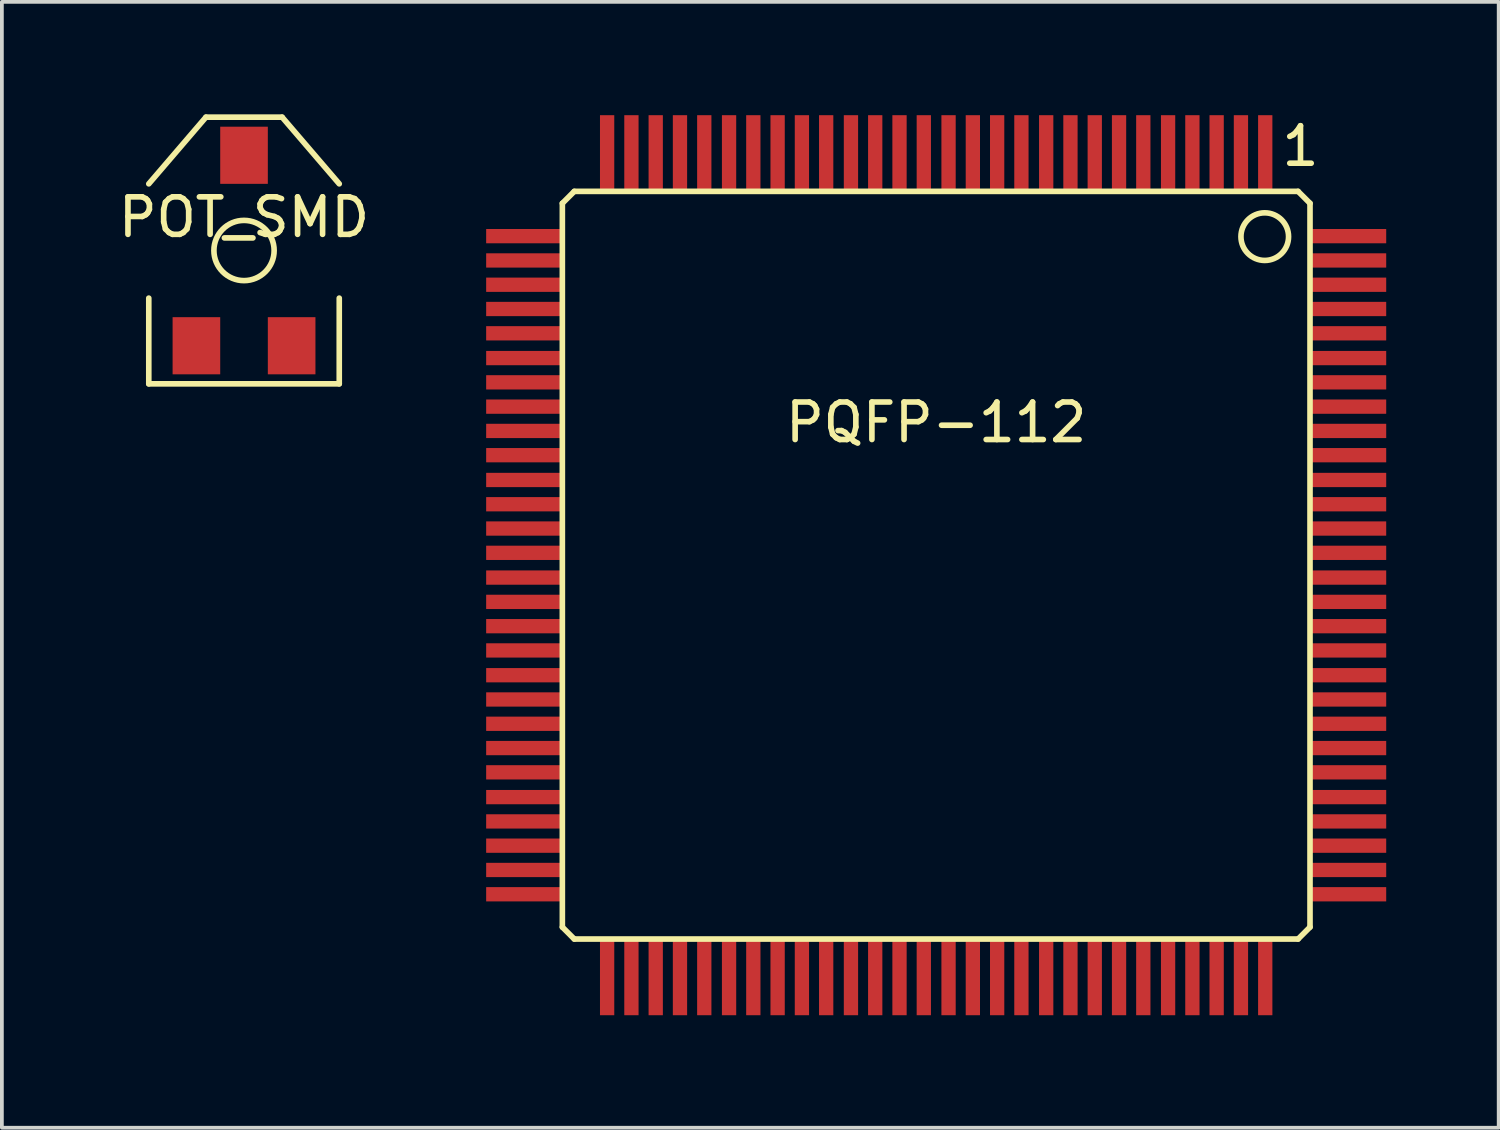
<source format=kicad_pcb>
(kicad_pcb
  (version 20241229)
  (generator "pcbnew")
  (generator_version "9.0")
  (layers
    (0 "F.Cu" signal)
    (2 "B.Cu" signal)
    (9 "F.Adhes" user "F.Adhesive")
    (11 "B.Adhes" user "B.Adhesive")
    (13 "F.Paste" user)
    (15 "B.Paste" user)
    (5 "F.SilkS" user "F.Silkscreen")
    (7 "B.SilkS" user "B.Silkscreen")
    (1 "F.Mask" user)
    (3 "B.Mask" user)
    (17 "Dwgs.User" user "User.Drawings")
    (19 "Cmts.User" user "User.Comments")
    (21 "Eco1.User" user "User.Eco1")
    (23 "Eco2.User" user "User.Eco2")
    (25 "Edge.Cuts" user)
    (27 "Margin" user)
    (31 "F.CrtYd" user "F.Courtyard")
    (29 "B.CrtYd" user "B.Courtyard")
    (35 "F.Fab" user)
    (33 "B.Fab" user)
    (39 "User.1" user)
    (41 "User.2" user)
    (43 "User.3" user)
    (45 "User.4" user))
  (footprint "PQFP-112"
    (layer "F.Cu")
    (at 21.918 12.024)
    (property "Reference" "PQFP-112" (at 0 -3.807 0) (layer "F.SilkS") (effects (font (size 1 1) (thickness 0.15))))
    (attr smd)
    (fp_line (start -9.97 -9.652) (end -9.97 9.652) (stroke (width 0.15) (type solid)) (layer "F.SilkS"))
    (fp_line (start -9.97 -9.652) (end -9.652 -9.97) (stroke (width 0.15) (type solid)) (layer "F.SilkS"))
    (fp_line (start -9.97 9.652) (end -9.652 9.97) (stroke (width 0.15) (type solid)) (layer "F.SilkS"))
    (fp_line (start -9.652 -9.97) (end 9.652 -9.97) (stroke (width 0.15) (type solid)) (layer "F.SilkS"))
    (fp_line (start 9.652 9.97) (end -9.652 9.97) (stroke (width 0.15) (type solid)) (layer "F.SilkS"))
    (fp_line (start 9.97 -9.652) (end 9.652 -9.97) (stroke (width 0.15) (type solid)) (layer "F.SilkS"))
    (fp_line (start 9.97 9.652) (end 9.652 9.97) (stroke (width 0.15) (type solid)) (layer "F.SilkS"))
    (fp_line (start 9.97 9.652) (end 9.97 -9.652) (stroke (width 0.15) (type solid)) (layer "F.SilkS"))
    (fp_circle (center 8.763 -8.763) (end 8.763 -8.128) (stroke (width 0.15) (type solid)) (fill no) (layer "F.SilkS"))
    (fp_text user "1" (at 9.716 -11.176 0) (layer "F.SilkS") (effects (font (size 1 1) (thickness 0.15))))
    (pad "1" smd rect (at 8.776 -10.986 90) (size 2.032 0.381) (layers "F.Cu" "F.Mask" "F.Paste"))
    (pad "2" smd rect (at 8.128 -10.986 90) (size 2.032 0.381) (layers "F.Cu" "F.Mask" "F.Paste"))
    (pad "3" smd rect (at 7.48 -10.986 90) (size 2.032 0.381) (layers "F.Cu" "F.Mask" "F.Paste"))
    (pad "4" smd rect (at 6.833 -10.986 90) (size 2.032 0.381) (layers "F.Cu" "F.Mask" "F.Paste"))
    (pad "5" smd rect (at 6.185 -10.986 90) (size 2.032 0.381) (layers "F.Cu" "F.Mask" "F.Paste"))
    (pad "6" smd rect (at 5.524 -10.986 90) (size 2.032 0.381) (layers "F.Cu" "F.Mask" "F.Paste"))
    (pad "7" smd rect (at 4.877 -10.986 90) (size 2.032 0.381) (layers "F.Cu" "F.Mask" "F.Paste"))
    (pad "8" smd rect (at 4.229 -10.986 90) (size 2.032 0.381) (layers "F.Cu" "F.Mask" "F.Paste"))
    (pad "9" smd rect (at 3.581 -10.986 90) (size 2.032 0.381) (layers "F.Cu" "F.Mask" "F.Paste"))
    (pad "10" smd rect (at 2.934 -10.986 90) (size 2.032 0.381) (layers "F.Cu" "F.Mask" "F.Paste"))
    (pad "11" smd rect (at 2.273 -10.986 90) (size 2.032 0.381) (layers "F.Cu" "F.Mask" "F.Paste"))
    (pad "12" smd rect (at 1.626 -10.986 90) (size 2.032 0.381) (layers "F.Cu" "F.Mask" "F.Paste"))
    (pad "13" smd rect (at 0.978 -10.986 90) (size 2.032 0.381) (layers "F.Cu" "F.Mask" "F.Paste"))
    (pad "14" smd rect (at 0.33 -10.986 90) (size 2.032 0.381) (layers "F.Cu" "F.Mask" "F.Paste"))
    (pad "15" smd rect (at -0.33 -10.986 90) (size 2.032 0.381) (layers "F.Cu" "F.Mask" "F.Paste"))
    (pad "16" smd rect (at -0.978 -10.986 90) (size 2.032 0.381) (layers "F.Cu" "F.Mask" "F.Paste"))
    (pad "17" smd rect (at -1.626 -10.986 90) (size 2.032 0.381) (layers "F.Cu" "F.Mask" "F.Paste"))
    (pad "18" smd rect (at -2.273 -10.986 90) (size 2.032 0.381) (layers "F.Cu" "F.Mask" "F.Paste"))
    (pad "19" smd rect (at -2.934 -10.986 90) (size 2.032 0.381) (layers "F.Cu" "F.Mask" "F.Paste"))
    (pad "20" smd rect (at -3.581 -10.986 90) (size 2.032 0.381) (layers "F.Cu" "F.Mask" "F.Paste"))
    (pad "21" smd rect (at -4.229 -10.986 90) (size 2.032 0.381) (layers "F.Cu" "F.Mask" "F.Paste"))
    (pad "22" smd rect (at -4.877 -10.986 90) (size 2.032 0.381) (layers "F.Cu" "F.Mask" "F.Paste"))
    (pad "23" smd rect (at -5.524 -10.986 90) (size 2.032 0.381) (layers "F.Cu" "F.Mask" "F.Paste"))
    (pad "24" smd rect (at -6.185 -10.986 90) (size 2.032 0.381) (layers "F.Cu" "F.Mask" "F.Paste"))
    (pad "25" smd rect (at -6.833 -10.986 90) (size 2.032 0.381) (layers "F.Cu" "F.Mask" "F.Paste"))
    (pad "26" smd rect (at -7.48 -10.986 90) (size 2.032 0.381) (layers "F.Cu" "F.Mask" "F.Paste"))
    (pad "27" smd rect (at -8.128 -10.986 90) (size 2.032 0.381) (layers "F.Cu" "F.Mask" "F.Paste"))
    (pad "28" smd rect (at -8.776 -10.986 90) (size 2.032 0.381) (layers "F.Cu" "F.Mask" "F.Paste"))
    (pad "29" smd rect (at -10.986 -8.776) (size 2.032 0.381) (layers "F.Cu" "F.Mask" "F.Paste"))
    (pad "30" smd rect (at -10.986 -8.128) (size 2.032 0.381) (layers "F.Cu" "F.Mask" "F.Paste"))
    (pad "31" smd rect (at -10.986 -7.48) (size 2.032 0.381) (layers "F.Cu" "F.Mask" "F.Paste"))
    (pad "32" smd rect (at -10.986 -6.833) (size 2.032 0.381) (layers "F.Cu" "F.Mask" "F.Paste"))
    (pad "33" smd rect (at -10.986 -6.185) (size 2.032 0.381) (layers "F.Cu" "F.Mask" "F.Paste"))
    (pad "34" smd rect (at -10.986 -5.524) (size 2.032 0.381) (layers "F.Cu" "F.Mask" "F.Paste"))
    (pad "35" smd rect (at -10.986 -4.877) (size 2.032 0.381) (layers "F.Cu" "F.Mask" "F.Paste"))
    (pad "36" smd rect (at -10.986 -4.229) (size 2.032 0.381) (layers "F.Cu" "F.Mask" "F.Paste"))
    (pad "37" smd rect (at -10.986 -3.581) (size 2.032 0.381) (layers "F.Cu" "F.Mask" "F.Paste"))
    (pad "38" smd rect (at -10.986 -2.934) (size 2.032 0.381) (layers "F.Cu" "F.Mask" "F.Paste"))
    (pad "39" smd rect (at -10.986 -2.273) (size 2.032 0.381) (layers "F.Cu" "F.Mask" "F.Paste"))
    (pad "40" smd rect (at -10.986 -1.626) (size 2.032 0.381) (layers "F.Cu" "F.Mask" "F.Paste"))
    (pad "41" smd rect (at -10.986 -0.978) (size 2.032 0.381) (layers "F.Cu" "F.Mask" "F.Paste"))
    (pad "42" smd rect (at -10.986 -0.33) (size 2.032 0.381) (layers "F.Cu" "F.Mask" "F.Paste"))
    (pad "43" smd rect (at -10.986 0.33) (size 2.032 0.381) (layers "F.Cu" "F.Mask" "F.Paste"))
    (pad "44" smd rect (at -10.986 0.978) (size 2.032 0.381) (layers "F.Cu" "F.Mask" "F.Paste"))
    (pad "45" smd rect (at -10.986 1.626) (size 2.032 0.381) (layers "F.Cu" "F.Mask" "F.Paste"))
    (pad "46" smd rect (at -10.986 2.273) (size 2.032 0.381) (layers "F.Cu" "F.Mask" "F.Paste"))
    (pad "47" smd rect (at -10.986 2.934) (size 2.032 0.381) (layers "F.Cu" "F.Mask" "F.Paste"))
    (pad "48" smd rect (at -10.986 3.581) (size 2.032 0.381) (layers "F.Cu" "F.Mask" "F.Paste"))
    (pad "49" smd rect (at -10.986 4.229) (size 2.032 0.381) (layers "F.Cu" "F.Mask" "F.Paste"))
    (pad "50" smd rect (at -10.986 4.877) (size 2.032 0.381) (layers "F.Cu" "F.Mask" "F.Paste"))
    (pad "51" smd rect (at -10.986 5.524) (size 2.032 0.381) (layers "F.Cu" "F.Mask" "F.Paste"))
    (pad "52" smd rect (at -10.986 6.185) (size 2.032 0.381) (layers "F.Cu" "F.Mask" "F.Paste"))
    (pad "53" smd rect (at -10.986 6.833) (size 2.032 0.381) (layers "F.Cu" "F.Mask" "F.Paste"))
    (pad "54" smd rect (at -10.986 7.48) (size 2.032 0.381) (layers "F.Cu" "F.Mask" "F.Paste"))
    (pad "55" smd rect (at -10.986 8.128) (size 2.032 0.381) (layers "F.Cu" "F.Mask" "F.Paste"))
    (pad "56" smd rect (at -10.986 8.776) (size 2.032 0.381) (layers "F.Cu" "F.Mask" "F.Paste"))
    (pad "57" smd rect (at -8.776 10.986 90) (size 2.032 0.381) (layers "F.Cu" "F.Mask" "F.Paste"))
    (pad "58" smd rect (at -8.128 10.986 90) (size 2.032 0.381) (layers "F.Cu" "F.Mask" "F.Paste"))
    (pad "59" smd rect (at -7.48 10.986 90) (size 2.032 0.381) (layers "F.Cu" "F.Mask" "F.Paste"))
    (pad "60" smd rect (at -6.833 10.986 90) (size 2.032 0.381) (layers "F.Cu" "F.Mask" "F.Paste"))
    (pad "61" smd rect (at -6.185 10.986 90) (size 2.032 0.381) (layers "F.Cu" "F.Mask" "F.Paste"))
    (pad "62" smd rect (at -5.524 10.986 90) (size 2.032 0.381) (layers "F.Cu" "F.Mask" "F.Paste"))
    (pad "63" smd rect (at -4.877 10.986 90) (size 2.032 0.381) (layers "F.Cu" "F.Mask" "F.Paste"))
    (pad "64" smd rect (at -4.229 10.986 90) (size 2.032 0.381) (layers "F.Cu" "F.Mask" "F.Paste"))
    (pad "65" smd rect (at -3.581 10.986 90) (size 2.032 0.381) (layers "F.Cu" "F.Mask" "F.Paste"))
    (pad "66" smd rect (at -2.934 10.986 90) (size 2.032 0.381) (layers "F.Cu" "F.Mask" "F.Paste"))
    (pad "67" smd rect (at -2.273 10.986 90) (size 2.032 0.381) (layers "F.Cu" "F.Mask" "F.Paste"))
    (pad "68" smd rect (at -1.626 10.986 90) (size 2.032 0.381) (layers "F.Cu" "F.Mask" "F.Paste"))
    (pad "69" smd rect (at -0.978 10.986 90) (size 2.032 0.381) (layers "F.Cu" "F.Mask" "F.Paste"))
    (pad "70" smd rect (at -0.33 10.986 90) (size 2.032 0.381) (layers "F.Cu" "F.Mask" "F.Paste"))
    (pad "71" smd rect (at 0.33 10.986 90) (size 2.032 0.381) (layers "F.Cu" "F.Mask" "F.Paste"))
    (pad "72" smd rect (at 0.978 10.986 90) (size 2.032 0.381) (layers "F.Cu" "F.Mask" "F.Paste"))
    (pad "73" smd rect (at 1.626 10.986 90) (size 2.032 0.381) (layers "F.Cu" "F.Mask" "F.Paste"))
    (pad "74" smd rect (at 2.273 10.986 90) (size 2.032 0.381) (layers "F.Cu" "F.Mask" "F.Paste"))
    (pad "75" smd rect (at 2.934 10.986 90) (size 2.032 0.381) (layers "F.Cu" "F.Mask" "F.Paste"))
    (pad "76" smd rect (at 3.581 10.986 90) (size 2.032 0.381) (layers "F.Cu" "F.Mask" "F.Paste"))
    (pad "77" smd rect (at 4.229 10.986 90) (size 2.032 0.381) (layers "F.Cu" "F.Mask" "F.Paste"))
    (pad "78" smd rect (at 4.877 10.986 90) (size 2.032 0.381) (layers "F.Cu" "F.Mask" "F.Paste"))
    (pad "79" smd rect (at 5.524 10.986 90) (size 2.032 0.381) (layers "F.Cu" "F.Mask" "F.Paste"))
    (pad "80" smd rect (at 6.185 10.986 90) (size 2.032 0.381) (layers "F.Cu" "F.Mask" "F.Paste"))
    (pad "81" smd rect (at 6.833 10.986 90) (size 2.032 0.381) (layers "F.Cu" "F.Mask" "F.Paste"))
    (pad "82" smd rect (at 7.48 10.986 90) (size 2.032 0.381) (layers "F.Cu" "F.Mask" "F.Paste"))
    (pad "83" smd rect (at 8.128 10.986 90) (size 2.032 0.381) (layers "F.Cu" "F.Mask" "F.Paste"))
    (pad "84" smd rect (at 8.776 10.986 90) (size 2.032 0.381) (layers "F.Cu" "F.Mask" "F.Paste"))
    (pad "85" smd rect (at 10.986 8.776) (size 2.032 0.381) (layers "F.Cu" "F.Mask" "F.Paste"))
    (pad "86" smd rect (at 10.986 8.128) (size 2.032 0.381) (layers "F.Cu" "F.Mask" "F.Paste"))
    (pad "87" smd rect (at 10.986 7.48) (size 2.032 0.381) (layers "F.Cu" "F.Mask" "F.Paste"))
    (pad "88" smd rect (at 10.986 6.833) (size 2.032 0.381) (layers "F.Cu" "F.Mask" "F.Paste"))
    (pad "89" smd rect (at 10.986 6.185) (size 2.032 0.381) (layers "F.Cu" "F.Mask" "F.Paste"))
    (pad "90" smd rect (at 10.986 5.524) (size 2.032 0.381) (layers "F.Cu" "F.Mask" "F.Paste"))
    (pad "91" smd rect (at 10.986 4.877) (size 2.032 0.381) (layers "F.Cu" "F.Mask" "F.Paste"))
    (pad "92" smd rect (at 10.986 4.229) (size 2.032 0.381) (layers "F.Cu" "F.Mask" "F.Paste"))
    (pad "93" smd rect (at 10.986 3.581) (size 2.032 0.381) (layers "F.Cu" "F.Mask" "F.Paste"))
    (pad "94" smd rect (at 10.986 2.934) (size 2.032 0.381) (layers "F.Cu" "F.Mask" "F.Paste"))
    (pad "95" smd rect (at 10.986 2.273) (size 2.032 0.381) (layers "F.Cu" "F.Mask" "F.Paste"))
    (pad "96" smd rect (at 10.986 1.626) (size 2.032 0.381) (layers "F.Cu" "F.Mask" "F.Paste"))
    (pad "97" smd rect (at 10.986 0.978) (size 2.032 0.381) (layers "F.Cu" "F.Mask" "F.Paste"))
    (pad "98" smd rect (at 10.986 0.33) (size 2.032 0.381) (layers "F.Cu" "F.Mask" "F.Paste"))
    (pad "99" smd rect (at 10.986 -0.33) (size 2.032 0.381) (layers "F.Cu" "F.Mask" "F.Paste"))
    (pad "100" smd rect (at 10.986 -0.978) (size 2.032 0.381) (layers "F.Cu" "F.Mask" "F.Paste"))
    (pad "101" smd rect (at 10.986 -1.626) (size 2.032 0.381) (layers "F.Cu" "F.Mask" "F.Paste"))
    (pad "102" smd rect (at 10.986 -2.273) (size 2.032 0.381) (layers "F.Cu" "F.Mask" "F.Paste"))
    (pad "103" smd rect (at 10.986 -2.934) (size 2.032 0.381) (layers "F.Cu" "F.Mask" "F.Paste"))
    (pad "104" smd rect (at 10.986 -3.581) (size 2.032 0.381) (layers "F.Cu" "F.Mask" "F.Paste"))
    (pad "105" smd rect (at 10.986 -4.229) (size 2.032 0.381) (layers "F.Cu" "F.Mask" "F.Paste"))
    (pad "106" smd rect (at 10.986 -4.877) (size 2.032 0.381) (layers "F.Cu" "F.Mask" "F.Paste"))
    (pad "107" smd rect (at 10.986 -5.524) (size 2.032 0.381) (layers "F.Cu" "F.Mask" "F.Paste"))
    (pad "108" smd rect (at 10.986 -6.185) (size 2.032 0.381) (layers "F.Cu" "F.Mask" "F.Paste"))
    (pad "109" smd rect (at 10.986 -6.833) (size 2.032 0.381) (layers "F.Cu" "F.Mask" "F.Paste"))
    (pad "110" smd rect (at 10.986 -7.48) (size 2.032 0.381) (layers "F.Cu" "F.Mask" "F.Paste"))
    (pad "111" smd rect (at 10.986 -8.128) (size 2.032 0.381) (layers "F.Cu" "F.Mask" "F.Paste"))
    (pad "112" smd rect (at 10.986 -8.776) (size 2.032 0.381) (layers "F.Cu" "F.Mask" "F.Paste")))
  (footprint "POT_SMD"
    (layer "F.Cu")
    (at 3.458 3.631)
    (property "Reference" "POT_SMD" (at 0 -0.886 0) (layer "F.SilkS") (effects (font (size 1 1) (thickness 0.15))))
    (attr smd)
    (fp_line (start -2.54 -1.778) (end -1.016 -3.556) (stroke (width 0.15) (type solid)) (layer "F.SilkS"))
    (fp_line (start -2.54 1.27) (end -2.54 3.556) (stroke (width 0.15) (type solid)) (layer "F.SilkS"))
    (fp_line (start -2.54 3.556) (end 2.54 3.556) (stroke (width 0.15) (type solid)) (layer "F.SilkS"))
    (fp_line (start -1.016 -3.556) (end 1.016 -3.556) (stroke (width 0.15) (type solid)) (layer "F.SilkS"))
    (fp_line (start 1.016 -3.556) (end 2.54 -1.778) (stroke (width 0.15) (type solid)) (layer "F.SilkS"))
    (fp_line (start 2.54 3.556) (end 2.54 1.27) (stroke (width 0.15) (type solid)) (layer "F.SilkS"))
    (fp_circle (center 0 0) (end 0.254 -0.762) (stroke (width 0.15) (type solid)) (fill no) (layer "F.SilkS"))
    (pad "1" smd rect (at -1.27 2.54) (size 1.27 1.524) (layers "F.Cu" "F.Mask" "F.Paste"))
    (pad "2" smd rect (at 0 -2.54) (size 1.27 1.524) (layers "F.Cu" "F.Mask" "F.Paste"))
    (pad "3" smd rect (at 1.27 2.54) (size 1.27 1.524) (layers "F.Cu" "F.Mask" "F.Paste")))
  (gr_rect
    (start -3 -3)
    (end 36.92 27.026)
    (stroke (width 0.1) (type default))
    (fill no)
    (layer "Edge.Cuts")))
</source>
